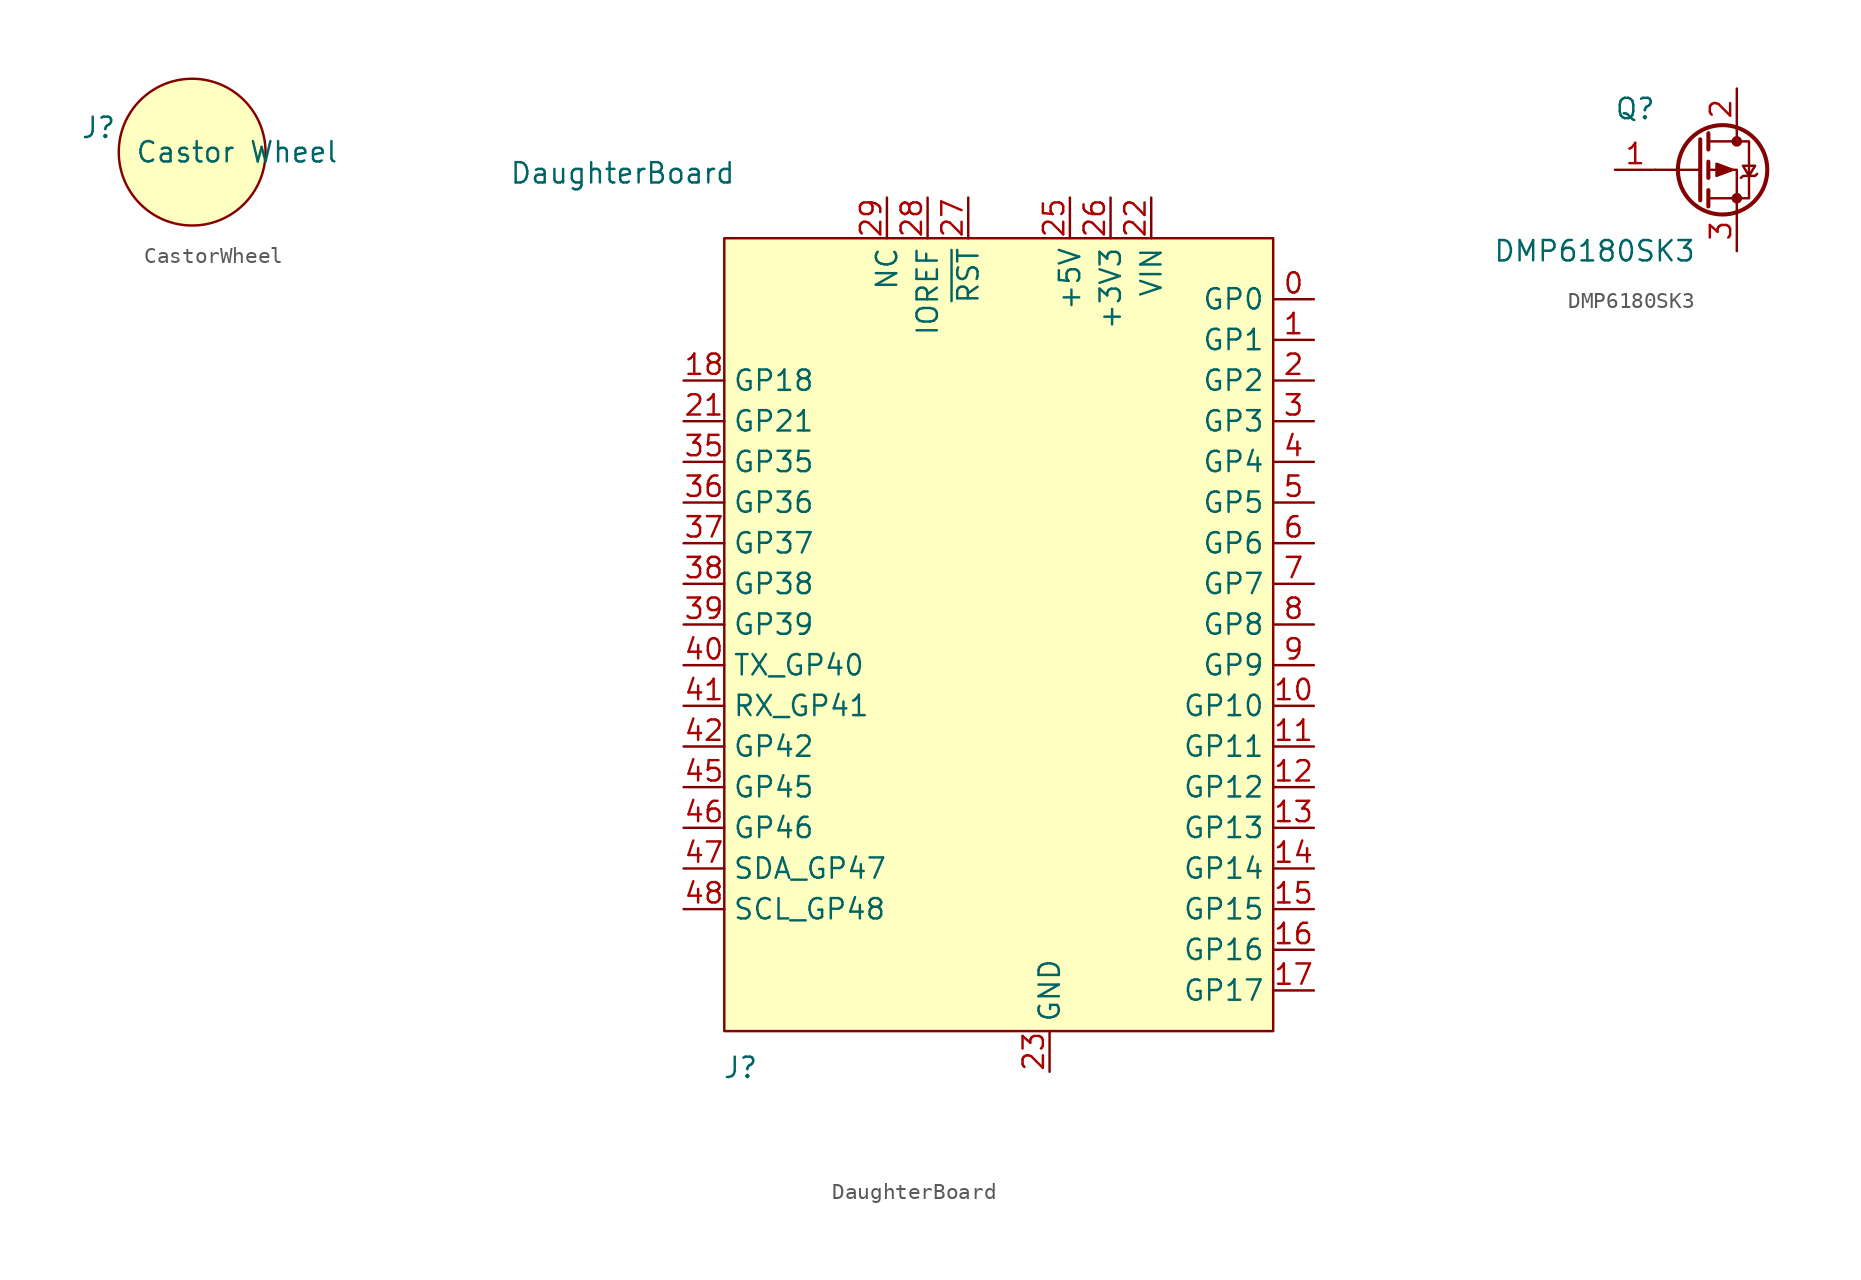
<source format=kicad_sym>
(kicad_symbol_lib
  (version 20241209)
  (generator "kicad_symbol_editor")
  (generator_version "9.0")
  (symbol "CastorWheel"
    (property "Reference" "J"
      (at -5.842 1.524 0)
      (effects (font (size 1.27 1.27))))
    (property "Value" "Castor Wheel"
      (at 2.794 0 0)
      (effects (font (size 1.27 1.27))))
    (symbol "CastorWheel_1_1"
      (circle (center 0 0) (radius 4.579) (stroke (width 0) (type default)) (fill (type background)))))
  (symbol "DaughterBoard"
    (property "Reference" "J"
      (at -19.304 -42.926 0)
      (effects (font (size 1.27 1.27))))
    (property "Value" "DaughterBoard"
      (at -26.67 12.954 0)
      (effects (font (size 1.27 1.27))))
    (symbol "DaughterBoard_1_1"
      (rectangle (start -20.32 8.89) (end 13.97 -40.64) (stroke (width 0) (type default)) (fill (type background)))
      (pin bidirectional line (at -22.86 0 0) (length 2.54) (name "GP18" (effects (font (size 1.27 1.27)))) (number "18" (effects (font (size 1.27 1.27)))))
      (pin bidirectional line (at -22.86 -2.54 0) (length 2.54) (name "GP21" (effects (font (size 1.27 1.27)))) (number "21" (effects (font (size 1.27 1.27)))))
      (pin bidirectional line (at -22.86 -5.08 0) (length 2.54) (name "GP35" (effects (font (size 1.27 1.27)))) (number "35" (effects (font (size 1.27 1.27)))))
      (pin bidirectional line (at -22.86 -7.62 0) (length 2.54) (name "GP36" (effects (font (size 1.27 1.27)))) (number "36" (effects (font (size 1.27 1.27)))))
      (pin bidirectional line (at -22.86 -10.16 0) (length 2.54) (name "GP37" (effects (font (size 1.27 1.27)))) (number "37" (effects (font (size 1.27 1.27)))))
      (pin bidirectional line (at -22.86 -12.7 0) (length 2.54) (name "GP38" (effects (font (size 1.27 1.27)))) (number "38" (effects (font (size 1.27 1.27)))))
      (pin bidirectional line (at -22.86 -15.24 0) (length 2.54) (name "GP39" (effects (font (size 1.27 1.27)))) (number "39" (effects (font (size 1.27 1.27)))))
      (pin bidirectional line (at -22.86 -17.78 0) (length 2.54) (name "TX_GP40" (effects (font (size 1.27 1.27)))) (number "40" (effects (font (size 1.27 1.27)))))
      (pin bidirectional line (at -22.86 -20.32 0) (length 2.54) (name "RX_GP41" (effects (font (size 1.27 1.27)))) (number "41" (effects (font (size 1.27 1.27)))))
      (pin bidirectional line (at -22.86 -22.86 0) (length 2.54) (name "GP42" (effects (font (size 1.27 1.27)))) (number "42" (effects (font (size 1.27 1.27)))))
      (pin bidirectional line (at -22.86 -25.4 0) (length 2.54) (name "GP45" (effects (font (size 1.27 1.27)))) (number "45" (effects (font (size 1.27 1.27)))))
      (pin bidirectional line (at -22.86 -27.94 0) (length 2.54) (name "GP46" (effects (font (size 1.27 1.27)))) (number "46" (effects (font (size 1.27 1.27)))))
      (pin bidirectional line (at -22.86 -30.48 0) (length 2.54) (name "SDA_GP47" (effects (font (size 1.27 1.27)))) (number "47" (effects (font (size 1.27 1.27)))))
      (pin bidirectional line (at -22.86 -33.02 0) (length 2.54) (name "SCL_GP48" (effects (font (size 1.27 1.27)))) (number "48" (effects (font (size 1.27 1.27)))))
      (pin bidirectional line (at -10.16 11.43 270) (length 2.54) (name "NC" (effects (font (size 1.27 1.27)))) (number "29" (effects (font (size 1.27 1.27)))))
      (pin bidirectional line (at -7.62 11.43 270) (length 2.54) (name "IOREF" (effects (font (size 1.27 1.27)))) (number "28" (effects (font (size 1.27 1.27)))))
      (pin input line (at -5.08 11.43 270) (length 2.54) (name "~{RST}" (effects (font (size 1.27 1.27)))) (number "27" (effects (font (size 1.27 1.27)))))
      (pin power_in line (at 0 -43.18 90) (length 2.54) (name "GND" (effects (font (size 1.27 1.27)))) (number "23" (effects (font (size 1.27 1.27)))))
      (pin power_in line (at 0 -43.18 90) (length 2.54) (hide yes) (name "GND" (effects (font (size 1.27 1.27)))) (number "24" (effects (font (size 1.27 1.27)))))
      (pin power_in line (at 0 -43.18 90) (length 2.54) (hide yes) (name "GND" (effects (font (size 1.27 1.27)))) (number "30" (effects (font (size 1.27 1.27)))))
      (pin power_in line (at 1.27 11.43 270) (length 2.54) (name "+5V" (effects (font (size 1.27 1.27)))) (number "25" (effects (font (size 1.27 1.27)))))
      (pin power_in line (at 3.81 11.43 270) (length 2.54) (name "+3V3" (effects (font (size 1.27 1.27)))) (number "26" (effects (font (size 1.27 1.27)))))
      (pin power_in line (at 3.81 11.43 270) (length 2.54) (hide yes) (name "+3V3" (effects (font (size 1.27 1.27)))) (number "32" (effects (font (size 1.27 1.27)))))
      (pin power_in line (at 6.35 11.43 270) (length 2.54) (name "VIN" (effects (font (size 1.27 1.27)))) (number "22" (effects (font (size 1.27 1.27)))))
      (pin bidirectional line (at 16.51 5.08 180) (length 2.54) (name "GP0" (effects (font (size 1.27 1.27)))) (number "0" (effects (font (size 1.27 1.27)))))
      (pin bidirectional line (at 16.51 2.54 180) (length 2.54) (name "GP1" (effects (font (size 1.27 1.27)))) (number "1" (effects (font (size 1.27 1.27)))))
      (pin bidirectional line (at 16.51 0 180) (length 2.54) (name "GP2" (effects (font (size 1.27 1.27)))) (number "2" (effects (font (size 1.27 1.27)))))
      (pin bidirectional line (at 16.51 -2.54 180) (length 2.54) (name "GP3" (effects (font (size 1.27 1.27)))) (number "3" (effects (font (size 1.27 1.27)))))
      (pin bidirectional line (at 16.51 -5.08 180) (length 2.54) (name "GP4" (effects (font (size 1.27 1.27)))) (number "4" (effects (font (size 1.27 1.27)))))
      (pin bidirectional line (at 16.51 -7.62 180) (length 2.54) (name "GP5" (effects (font (size 1.27 1.27)))) (number "5" (effects (font (size 1.27 1.27)))))
      (pin bidirectional line (at 16.51 -10.16 180) (length 2.54) (name "GP6" (effects (font (size 1.27 1.27)))) (number "6" (effects (font (size 1.27 1.27)))))
      (pin bidirectional line (at 16.51 -12.7 180) (length 2.54) (name "GP7" (effects (font (size 1.27 1.27)))) (number "7" (effects (font (size 1.27 1.27)))))
      (pin bidirectional line (at 16.51 -15.24 180) (length 2.54) (name "GP8" (effects (font (size 1.27 1.27)))) (number "8" (effects (font (size 1.27 1.27)))))
      (pin bidirectional line (at 16.51 -17.78 180) (length 2.54) (name "GP9" (effects (font (size 1.27 1.27)))) (number "9" (effects (font (size 1.27 1.27)))))
      (pin bidirectional line (at 16.51 -20.32 180) (length 2.54) (name "GP10" (effects (font (size 1.27 1.27)))) (number "10" (effects (font (size 1.27 1.27)))))
      (pin bidirectional line (at 16.51 -22.86 180) (length 2.54) (name "GP11" (effects (font (size 1.27 1.27)))) (number "11" (effects (font (size 1.27 1.27)))))
      (pin bidirectional line (at 16.51 -25.4 180) (length 2.54) (name "GP12" (effects (font (size 1.27 1.27)))) (number "12" (effects (font (size 1.27 1.27)))))
      (pin bidirectional line (at 16.51 -27.94 180) (length 2.54) (name "GP13" (effects (font (size 1.27 1.27)))) (number "13" (effects (font (size 1.27 1.27)))))
      (pin bidirectional line (at 16.51 -30.48 180) (length 2.54) (name "GP14" (effects (font (size 1.27 1.27)))) (number "14" (effects (font (size 1.27 1.27)))))
      (pin bidirectional line (at 16.51 -33.02 180) (length 2.54) (name "GP15" (effects (font (size 1.27 1.27)))) (number "15" (effects (font (size 1.27 1.27)))))
      (pin bidirectional line (at 16.51 -35.56 180) (length 2.54) (name "GP16" (effects (font (size 1.27 1.27)))) (number "16" (effects (font (size 1.27 1.27)))))
      (pin bidirectional line (at 16.51 -38.1 180) (length 2.54) (name "GP17" (effects (font (size 1.27 1.27)))) (number "17" (effects (font (size 1.27 1.27)))))))
  (symbol "DMP6180SK3"
    (pin_names
      (hide yes))
    (property "Reference" "Q"
      (at -6.35 3.81 0)
      (effects (font (size 1.27 1.27))))
    (property "Value" "DMP6180SK3"
      (at -8.89 -5.08 0)
      (effects (font (size 1.27 1.27))))
    (symbol "DMP6180SK3_0_1"
      (polyline (pts (xy -2.286 1.905) (xy -2.286 -1.905)) (stroke (width 0.254) (type default)) (fill (type none)))
      (polyline (pts (xy -2.286 0) (xy -5.08 0)) (stroke (width 0) (type default)) (fill (type none)))
      (polyline (pts (xy -1.778 2.286) (xy -1.778 1.27)) (stroke (width 0.254) (type default)) (fill (type none)))
      (polyline (pts (xy -1.778 1.778) (xy 0.762 1.778) (xy 0.762 -1.778) (xy -1.778 -1.778)) (stroke (width 0) (type default)) (fill (type none)))
      (polyline (pts (xy -1.778 0.508) (xy -1.778 -0.508)) (stroke (width 0.254) (type default)) (fill (type none)))
      (polyline (pts (xy -1.778 -1.27) (xy -1.778 -2.286)) (stroke (width 0.254) (type default)) (fill (type none)))
      (circle (center -0.889 0) (radius 2.794) (stroke (width 0.254) (type default)) (fill (type none)))
      (polyline (pts (xy -0.254 0) (xy -1.27 0.381) (xy -1.27 -0.381) (xy -0.254 0)) (stroke (width 0) (type default)) (fill (type outline)))
      (polyline (pts (xy 0 2.54) (xy 0 1.778)) (stroke (width 0) (type default)) (fill (type none)))
      (circle (center 0 1.778) (radius 0.254) (stroke (width 0) (type default)) (fill (type outline)))
      (circle (center 0 -1.778) (radius 0.254) (stroke (width 0) (type default)) (fill (type outline)))
      (polyline (pts (xy 0 -2.54) (xy 0 0) (xy -1.778 0)) (stroke (width 0) (type default)) (fill (type none)))
      (polyline (pts (xy 0.254 -0.508) (xy 0.381 -0.381) (xy 1.143 -0.381) (xy 1.27 -0.254)) (stroke (width 0) (type default)) (fill (type none)))
      (polyline (pts (xy 0.762 -0.381) (xy 0.381 0.254) (xy 1.143 0.254) (xy 0.762 -0.381)) (stroke (width 0) (type default)) (fill (type none))))
    (symbol "DMP6180SK3_1_1"
      (pin input line (at -7.62 0 0) (length 2.54) (name "G" (effects (font (size 1.27 1.27)))) (number "1" (effects (font (size 1.27 1.27)))))
      (pin passive line (at 0 5.08 270) (length 2.54) (name "D" (effects (font (size 1.27 1.27)))) (number "2" (effects (font (size 1.27 1.27)))))
      (pin passive line (at 0 -5.08 90) (length 2.54) (name "S" (effects (font (size 1.27 1.27)))) (number "3" (effects (font (size 1.27 1.27))))))))
</source>
